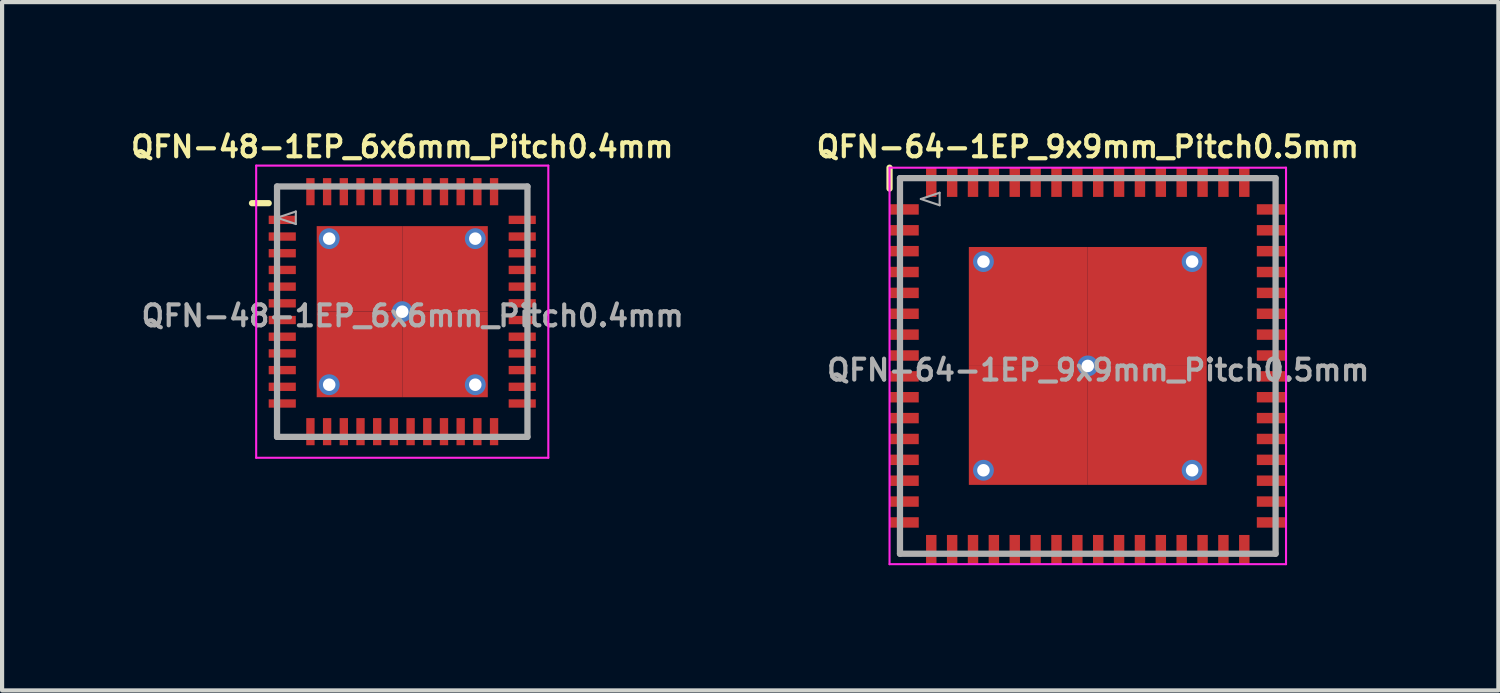
<source format=kicad_pcb>
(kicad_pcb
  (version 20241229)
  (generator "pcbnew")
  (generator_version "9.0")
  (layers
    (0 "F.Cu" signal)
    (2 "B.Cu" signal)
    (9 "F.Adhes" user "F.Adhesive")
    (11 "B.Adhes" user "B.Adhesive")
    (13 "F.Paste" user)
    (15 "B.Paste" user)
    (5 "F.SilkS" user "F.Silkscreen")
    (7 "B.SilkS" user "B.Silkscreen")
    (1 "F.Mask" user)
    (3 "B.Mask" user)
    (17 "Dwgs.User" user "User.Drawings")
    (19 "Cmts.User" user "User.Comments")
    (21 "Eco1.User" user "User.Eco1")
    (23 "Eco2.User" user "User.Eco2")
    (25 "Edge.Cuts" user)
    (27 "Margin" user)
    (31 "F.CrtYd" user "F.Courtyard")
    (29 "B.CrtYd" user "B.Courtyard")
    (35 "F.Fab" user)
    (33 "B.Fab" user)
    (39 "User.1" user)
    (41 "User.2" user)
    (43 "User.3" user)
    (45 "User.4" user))
  (footprint "QFN-48-1EP_6x6mm_Pitch0.4mm"
    (layer "F.Cu")
    (at 6.588 4.418)
    (property "Reference" "QFN-48-1EP_6x6mm_Pitch0.4mm" (at 0 -3.95 0) (layer "F.SilkS") (effects (font (size 0.5 0.5) (thickness 0.1))))
    (attr smd)
    (fp_line (start -3.6 -2.6) (end -3.2 -2.6) (stroke (width 0.15) (type solid)) (layer "F.SilkS"))
    (fp_line (start -3.5 -3.5) (end -3.5 3.5) (stroke (width 0.05) (type solid)) (layer "F.CrtYd"))
    (fp_line (start -3.5 -3.5) (end 3.5 -3.5) (stroke (width 0.05) (type solid)) (layer "F.CrtYd"))
    (fp_line (start -3.5 3.5) (end 3.5 3.5) (stroke (width 0.05) (type solid)) (layer "F.CrtYd"))
    (fp_line (start 3.5 -3.5) (end 3.5 3.5) (stroke (width 0.05) (type solid)) (layer "F.CrtYd"))
    (fp_line (start -3 -3) (end -3 3) (stroke (width 0.15) (type solid)) (layer "F.Fab"))
    (fp_line (start -3 -2.25) (end -2.55 -2.4) (stroke (width 0.05) (type solid)) (layer "F.Fab"))
    (fp_line (start -3 3) (end 3 3) (stroke (width 0.15) (type solid)) (layer "F.Fab"))
    (fp_line (start -2.55 -2.4) (end -2.55 -2.1) (stroke (width 0.05) (type solid)) (layer "F.Fab"))
    (fp_line (start -2.55 -2.1) (end -3 -2.25) (stroke (width 0.05) (type solid)) (layer "F.Fab"))
    (fp_line (start 3 -3) (end -3 -3) (stroke (width 0.15) (type solid)) (layer "F.Fab"))
    (fp_line (start 3 3) (end 3 -3) (stroke (width 0.15) (type solid)) (layer "F.Fab"))
    (fp_text user "${REFERENCE}" (at 0.25 0.1 0) (layer "F.Fab") (effects (font (size 0.5 0.5) (thickness 0.1))))
    (pad "1" smd rect (at -2.875 -2.2) (size 0.65 0.2) (layers "F.Cu" "F.Mask" "F.Paste"))
    (pad "2" smd rect (at -2.875 -1.8) (size 0.65 0.2) (layers "F.Cu" "F.Mask" "F.Paste"))
    (pad "3" smd rect (at -2.875 -1.4) (size 0.65 0.2) (layers "F.Cu" "F.Mask" "F.Paste"))
    (pad "4" smd rect (at -2.875 -1) (size 0.65 0.2) (layers "F.Cu" "F.Mask" "F.Paste"))
    (pad "5" smd rect (at -2.875 -0.6) (size 0.65 0.2) (layers "F.Cu" "F.Mask" "F.Paste"))
    (pad "6" smd rect (at -2.875 -0.2) (size 0.65 0.2) (layers "F.Cu" "F.Mask" "F.Paste"))
    (pad "7" smd rect (at -2.875 0.2) (size 0.65 0.2) (layers "F.Cu" "F.Mask" "F.Paste"))
    (pad "8" smd rect (at -2.875 0.6) (size 0.65 0.2) (layers "F.Cu" "F.Mask" "F.Paste"))
    (pad "9" smd rect (at -2.875 1) (size 0.65 0.2) (layers "F.Cu" "F.Mask" "F.Paste"))
    (pad "10" smd rect (at -2.875 1.4) (size 0.65 0.2) (layers "F.Cu" "F.Mask" "F.Paste"))
    (pad "11" smd rect (at -2.875 1.8) (size 0.65 0.2) (layers "F.Cu" "F.Mask" "F.Paste"))
    (pad "12" smd rect (at -2.875 2.2) (size 0.65 0.2) (layers "F.Cu" "F.Mask" "F.Paste"))
    (pad "13" smd rect (at -2.2 2.875) (size 0.2 0.65) (layers "F.Cu" "F.Mask" "F.Paste"))
    (pad "14" smd rect (at -1.8 2.875) (size 0.2 0.65) (layers "F.Cu" "F.Mask" "F.Paste"))
    (pad "15" smd rect (at -1.4 2.875) (size 0.2 0.65) (layers "F.Cu" "F.Mask" "F.Paste"))
    (pad "16" smd rect (at -1 2.875) (size 0.2 0.65) (layers "F.Cu" "F.Mask" "F.Paste"))
    (pad "17" smd rect (at -0.6 2.875) (size 0.2 0.65) (layers "F.Cu" "F.Mask" "F.Paste"))
    (pad "18" smd rect (at -0.2 2.875) (size 0.2 0.65) (layers "F.Cu" "F.Mask" "F.Paste"))
    (pad "19" smd rect (at 0.2 2.875) (size 0.2 0.65) (layers "F.Cu" "F.Mask" "F.Paste"))
    (pad "20" smd rect (at 0.6 2.875) (size 0.2 0.65) (layers "F.Cu" "F.Mask" "F.Paste"))
    (pad "21" smd rect (at 1 2.875) (size 0.2 0.65) (layers "F.Cu" "F.Mask" "F.Paste"))
    (pad "22" smd rect (at 1.4 2.875) (size 0.2 0.65) (layers "F.Cu" "F.Mask" "F.Paste"))
    (pad "23" smd rect (at 1.8 2.875) (size 0.2 0.65) (layers "F.Cu" "F.Mask" "F.Paste"))
    (pad "24" smd rect (at 2.2 2.875) (size 0.2 0.65) (layers "F.Cu" "F.Mask" "F.Paste"))
    (pad "25" smd rect (at 2.875 2.2) (size 0.65 0.2) (layers "F.Cu" "F.Mask" "F.Paste"))
    (pad "26" smd rect (at 2.875 1.8) (size 0.65 0.2) (layers "F.Cu" "F.Mask" "F.Paste"))
    (pad "27" smd rect (at 2.875 1.4) (size 0.65 0.2) (layers "F.Cu" "F.Mask" "F.Paste"))
    (pad "28" smd rect (at 2.875 1) (size 0.65 0.2) (layers "F.Cu" "F.Mask" "F.Paste"))
    (pad "29" smd rect (at 2.875 0.6) (size 0.65 0.2) (layers "F.Cu" "F.Mask" "F.Paste"))
    (pad "30" smd rect (at 2.875 0.2) (size 0.65 0.2) (layers "F.Cu" "F.Mask" "F.Paste"))
    (pad "31" smd rect (at 2.875 -0.2) (size 0.65 0.2) (layers "F.Cu" "F.Mask" "F.Paste"))
    (pad "32" smd rect (at 2.875 -0.6) (size 0.65 0.2) (layers "F.Cu" "F.Mask" "F.Paste"))
    (pad "33" smd rect (at 2.875 -1) (size 0.65 0.2) (layers "F.Cu" "F.Mask" "F.Paste"))
    (pad "34" smd rect (at 2.875 -1.4) (size 0.65 0.2) (layers "F.Cu" "F.Mask" "F.Paste"))
    (pad "35" smd rect (at 2.875 -1.8) (size 0.65 0.2) (layers "F.Cu" "F.Mask" "F.Paste"))
    (pad "36" smd rect (at 2.875 -2.2) (size 0.65 0.2) (layers "F.Cu" "F.Mask" "F.Paste"))
    (pad "37" smd rect (at 2.2 -2.875) (size 0.2 0.65) (layers "F.Cu" "F.Mask" "F.Paste"))
    (pad "38" smd rect (at 1.8 -2.875) (size 0.2 0.65) (layers "F.Cu" "F.Mask" "F.Paste"))
    (pad "39" smd rect (at 1.4 -2.875) (size 0.2 0.65) (layers "F.Cu" "F.Mask" "F.Paste"))
    (pad "40" smd rect (at 1 -2.875) (size 0.2 0.65) (layers "F.Cu" "F.Mask" "F.Paste"))
    (pad "41" smd rect (at 0.6 -2.875) (size 0.2 0.65) (layers "F.Cu" "F.Mask" "F.Paste"))
    (pad "42" smd rect (at 0.2 -2.875) (size 0.2 0.65) (layers "F.Cu" "F.Mask" "F.Paste"))
    (pad "43" smd rect (at -0.2 -2.875) (size 0.2 0.65) (layers "F.Cu" "F.Mask" "F.Paste"))
    (pad "44" smd rect (at -0.6 -2.875) (size 0.2 0.65) (layers "F.Cu" "F.Mask" "F.Paste"))
    (pad "45" smd rect (at -1 -2.875) (size 0.2 0.65) (layers "F.Cu" "F.Mask" "F.Paste"))
    (pad "46" smd rect (at -1.4 -2.875) (size 0.2 0.65) (layers "F.Cu" "F.Mask" "F.Paste"))
    (pad "47" smd rect (at -1.8 -2.875) (size 0.2 0.65) (layers "F.Cu" "F.Mask" "F.Paste"))
    (pad "48" smd rect (at -2.2 -2.875) (size 0.2 0.65) (layers "F.Cu" "F.Mask" "F.Paste"))
    (pad "49" thru_hole circle (at -1.75 -1.75) (size 0.5 0.5) (drill 0.3) (layers "*.Cu" "F.Mask"))
    (pad "49" thru_hole circle (at -1.75 1.75) (size 0.5 0.5) (drill 0.3) (layers "*.Cu" "F.Mask"))
    (pad "49" smd rect (at -1.025 -1.025) (size 2.05 2.05) (layers "F.Cu" "F.Mask" "F.Paste"))
    (pad "49" smd rect (at -1.025 1.025) (size 2.05 2.05) (layers "F.Cu" "F.Mask" "F.Paste"))
    (pad "49" thru_hole circle (at 0 0) (size 0.5 0.5) (drill 0.3) (layers "*.Cu" "F.Mask"))
    (pad "49" smd rect (at 1.025 -1.025) (size 2.05 2.05) (layers "F.Cu" "F.Mask" "F.Paste"))
    (pad "49" smd rect (at 1.025 1.025) (size 2.05 2.05) (layers "F.Cu" "F.Mask" "F.Paste"))
    (pad "49" thru_hole circle (at 1.75 -1.75) (size 0.5 0.5) (drill 0.3) (layers "*.Cu" "F.Mask"))
    (pad "49" thru_hole circle (at 1.75 1.75) (size 0.5 0.5) (drill 0.3) (layers "*.Cu" "F.Mask")))
  (footprint "QFN-64-1EP_9x9mm_Pitch0.5mm"
    (layer "F.Cu")
    (at 23.014 5.718)
    (property "Reference" "QFN-64-1EP_9x9mm_Pitch0.5mm" (at 0 -5.25 0) (layer "F.SilkS") (effects (font (size 0.5 0.5) (thickness 0.1))))
    (attr smd)
    (fp_line (start -4.75 -4.25) (end -4.75 -4.75) (stroke (width 0.15) (type solid)) (layer "F.SilkS"))
    (fp_line (start -4.75 -4.75) (end -4.75 4.75) (stroke (width 0.05) (type solid)) (layer "F.CrtYd"))
    (fp_line (start -4.75 -4.75) (end 4.75 -4.75) (stroke (width 0.05) (type solid)) (layer "F.CrtYd"))
    (fp_line (start -4.75 4.75) (end 4.75 4.75) (stroke (width 0.05) (type solid)) (layer "F.CrtYd"))
    (fp_line (start 4.75 -4.75) (end 4.75 4.75) (stroke (width 0.05) (type solid)) (layer "F.CrtYd"))
    (fp_line (start -4.5 -4.5) (end -4.5 4.5) (stroke (width 0.15) (type solid)) (layer "F.Fab"))
    (fp_line (start -4.5 4.5) (end 4.5 4.5) (stroke (width 0.15) (type solid)) (layer "F.Fab"))
    (fp_line (start -4 -4) (end -3.55 -4.15) (stroke (width 0.05) (type solid)) (layer "F.Fab"))
    (fp_line (start -3.55 -4.15) (end -3.55 -3.85) (stroke (width 0.05) (type solid)) (layer "F.Fab"))
    (fp_line (start -3.55 -3.85) (end -4 -4) (stroke (width 0.05) (type solid)) (layer "F.Fab"))
    (fp_line (start 4.5 -4.5) (end -4.5 -4.5) (stroke (width 0.15) (type solid)) (layer "F.Fab"))
    (fp_line (start 4.5 4.5) (end 4.5 -4.5) (stroke (width 0.15) (type solid)) (layer "F.Fab"))
    (fp_text user "${REFERENCE}" (at 0.25 0.1 0) (layer "F.Fab") (effects (font (size 0.5 0.5) (thickness 0.1))))
    (pad "1" smd rect (at -4.4 -3.75) (size 0.7 0.25) (layers "F.Cu" "F.Mask" "F.Paste"))
    (pad "2" smd rect (at -4.4 -3.25) (size 0.7 0.25) (layers "F.Cu" "F.Mask" "F.Paste"))
    (pad "3" smd rect (at -4.4 -2.75) (size 0.7 0.25) (layers "F.Cu" "F.Mask" "F.Paste"))
    (pad "4" smd rect (at -4.4 -2.25) (size 0.7 0.25) (layers "F.Cu" "F.Mask" "F.Paste"))
    (pad "5" smd rect (at -4.4 -1.75) (size 0.7 0.25) (layers "F.Cu" "F.Mask" "F.Paste"))
    (pad "6" smd rect (at -4.4 -1.25) (size 0.7 0.25) (layers "F.Cu" "F.Mask" "F.Paste"))
    (pad "7" smd rect (at -4.4 -0.75) (size 0.7 0.25) (layers "F.Cu" "F.Mask" "F.Paste"))
    (pad "8" smd rect (at -4.4 -0.25) (size 0.7 0.25) (layers "F.Cu" "F.Mask" "F.Paste"))
    (pad "9" smd rect (at -4.4 0.25) (size 0.7 0.25) (layers "F.Cu" "F.Mask" "F.Paste"))
    (pad "10" smd rect (at -4.4 0.75) (size 0.7 0.25) (layers "F.Cu" "F.Mask" "F.Paste"))
    (pad "11" smd rect (at -4.4 1.25) (size 0.7 0.25) (layers "F.Cu" "F.Mask" "F.Paste"))
    (pad "12" smd rect (at -4.4 1.75) (size 0.7 0.25) (layers "F.Cu" "F.Mask" "F.Paste"))
    (pad "13" smd rect (at -4.4 2.25) (size 0.7 0.25) (layers "F.Cu" "F.Mask" "F.Paste"))
    (pad "14" smd rect (at -4.4 2.75) (size 0.7 0.25) (layers "F.Cu" "F.Mask" "F.Paste"))
    (pad "15" smd rect (at -4.4 3.25) (size 0.7 0.25) (layers "F.Cu" "F.Mask" "F.Paste"))
    (pad "16" smd rect (at -4.4 3.75) (size 0.7 0.25) (layers "F.Cu" "F.Mask" "F.Paste"))
    (pad "17" smd rect (at -3.75 4.4) (size 0.25 0.7) (layers "F.Cu" "F.Mask" "F.Paste"))
    (pad "18" smd rect (at -3.25 4.4) (size 0.25 0.7) (layers "F.Cu" "F.Mask" "F.Paste"))
    (pad "19" smd rect (at -2.75 4.4) (size 0.25 0.7) (layers "F.Cu" "F.Mask" "F.Paste"))
    (pad "20" smd rect (at -2.25 4.4) (size 0.25 0.7) (layers "F.Cu" "F.Mask" "F.Paste"))
    (pad "21" smd rect (at -1.75 4.4) (size 0.25 0.7) (layers "F.Cu" "F.Mask" "F.Paste"))
    (pad "22" smd rect (at -1.25 4.4) (size 0.25 0.7) (layers "F.Cu" "F.Mask" "F.Paste"))
    (pad "23" smd rect (at -0.75 4.4) (size 0.25 0.7) (layers "F.Cu" "F.Mask" "F.Paste"))
    (pad "24" smd rect (at -0.25 4.4) (size 0.25 0.7) (layers "F.Cu" "F.Mask" "F.Paste"))
    (pad "25" smd rect (at 0.25 4.4) (size 0.25 0.7) (layers "F.Cu" "F.Mask" "F.Paste"))
    (pad "26" smd rect (at 0.75 4.4) (size 0.25 0.7) (layers "F.Cu" "F.Mask" "F.Paste"))
    (pad "27" smd rect (at 1.25 4.4) (size 0.25 0.7) (layers "F.Cu" "F.Mask" "F.Paste"))
    (pad "28" smd rect (at 1.75 4.4) (size 0.25 0.7) (layers "F.Cu" "F.Mask" "F.Paste"))
    (pad "29" smd rect (at 2.25 4.4) (size 0.25 0.7) (layers "F.Cu" "F.Mask" "F.Paste"))
    (pad "30" smd rect (at 2.75 4.4) (size 0.25 0.7) (layers "F.Cu" "F.Mask" "F.Paste"))
    (pad "31" smd rect (at 3.25 4.4) (size 0.25 0.7) (layers "F.Cu" "F.Mask" "F.Paste"))
    (pad "32" smd rect (at 3.75 4.4) (size 0.25 0.7) (layers "F.Cu" "F.Mask" "F.Paste"))
    (pad "33" smd rect (at 4.4 3.75) (size 0.7 0.25) (layers "F.Cu" "F.Mask" "F.Paste"))
    (pad "34" smd rect (at 4.4 3.25) (size 0.7 0.25) (layers "F.Cu" "F.Mask" "F.Paste"))
    (pad "35" smd rect (at 4.4 2.75) (size 0.7 0.25) (layers "F.Cu" "F.Mask" "F.Paste"))
    (pad "36" smd rect (at 4.4 2.25) (size 0.7 0.25) (layers "F.Cu" "F.Mask" "F.Paste"))
    (pad "37" smd rect (at 4.4 1.75) (size 0.7 0.25) (layers "F.Cu" "F.Mask" "F.Paste"))
    (pad "38" smd rect (at 4.4 1.25) (size 0.7 0.25) (layers "F.Cu" "F.Mask" "F.Paste"))
    (pad "39" smd rect (at 4.4 0.75) (size 0.7 0.25) (layers "F.Cu" "F.Mask" "F.Paste"))
    (pad "40" smd rect (at 4.4 0.25) (size 0.7 0.25) (layers "F.Cu" "F.Mask" "F.Paste"))
    (pad "41" smd rect (at 4.4 -0.25) (size 0.7 0.25) (layers "F.Cu" "F.Mask" "F.Paste"))
    (pad "42" smd rect (at 4.4 -0.75) (size 0.7 0.25) (layers "F.Cu" "F.Mask" "F.Paste"))
    (pad "43" smd rect (at 4.4 -1.25) (size 0.7 0.25) (layers "F.Cu" "F.Mask" "F.Paste"))
    (pad "44" smd rect (at 4.4 -1.75) (size 0.7 0.25) (layers "F.Cu" "F.Mask" "F.Paste"))
    (pad "45" smd rect (at 4.4 -2.25) (size 0.7 0.25) (layers "F.Cu" "F.Mask" "F.Paste"))
    (pad "46" smd rect (at 4.4 -2.75) (size 0.7 0.25) (layers "F.Cu" "F.Mask" "F.Paste"))
    (pad "47" smd rect (at 4.4 -3.25) (size 0.7 0.25) (layers "F.Cu" "F.Mask" "F.Paste"))
    (pad "48" smd rect (at 4.4 -3.75) (size 0.7 0.25) (layers "F.Cu" "F.Mask" "F.Paste"))
    (pad "49" smd rect (at 3.75 -4.4) (size 0.25 0.7) (layers "F.Cu" "F.Mask" "F.Paste"))
    (pad "50" smd rect (at 3.25 -4.4) (size 0.25 0.7) (layers "F.Cu" "F.Mask" "F.Paste"))
    (pad "51" smd rect (at 2.75 -4.4) (size 0.25 0.7) (layers "F.Cu" "F.Mask" "F.Paste"))
    (pad "52" smd rect (at 2.25 -4.4) (size 0.25 0.7) (layers "F.Cu" "F.Mask" "F.Paste"))
    (pad "53" smd rect (at 1.75 -4.4) (size 0.25 0.7) (layers "F.Cu" "F.Mask" "F.Paste"))
    (pad "54" smd rect (at 1.25 -4.4) (size 0.25 0.7) (layers "F.Cu" "F.Mask" "F.Paste"))
    (pad "55" smd rect (at 0.75 -4.4) (size 0.25 0.7) (layers "F.Cu" "F.Mask" "F.Paste"))
    (pad "56" smd rect (at 0.25 -4.4) (size 0.25 0.7) (layers "F.Cu" "F.Mask" "F.Paste"))
    (pad "57" smd rect (at -0.25 -4.4) (size 0.25 0.7) (layers "F.Cu" "F.Mask" "F.Paste"))
    (pad "58" smd rect (at -0.75 -4.4) (size 0.25 0.7) (layers "F.Cu" "F.Mask" "F.Paste"))
    (pad "59" smd rect (at -1.25 -4.4) (size 0.25 0.7) (layers "F.Cu" "F.Mask" "F.Paste"))
    (pad "60" smd rect (at -1.75 -4.4) (size 0.25 0.7) (layers "F.Cu" "F.Mask" "F.Paste"))
    (pad "61" smd rect (at -2.25 -4.4) (size 0.25 0.7) (layers "F.Cu" "F.Mask" "F.Paste"))
    (pad "62" smd rect (at -2.75 -4.4) (size 0.25 0.7) (layers "F.Cu" "F.Mask" "F.Paste"))
    (pad "63" smd rect (at -3.25 -4.4) (size 0.25 0.7) (layers "F.Cu" "F.Mask" "F.Paste"))
    (pad "64" smd rect (at -3.75 -4.4) (size 0.25 0.7) (layers "F.Cu" "F.Mask" "F.Paste"))
    (pad "65" thru_hole circle (at -2.5 -2.5) (size 0.5 0.5) (drill 0.3) (layers "*.Cu" "F.Mask"))
    (pad "65" thru_hole circle (at -2.5 2.5) (size 0.5 0.5) (drill 0.3) (layers "*.Cu" "F.Mask"))
    (pad "65" smd rect (at -1.425 -1.425) (size 2.85 2.85) (layers "F.Cu" "F.Mask" "F.Paste"))
    (pad "65" smd rect (at -1.425 1.425) (size 2.85 2.85) (layers "F.Cu" "F.Mask" "F.Paste"))
    (pad "65" thru_hole circle (at 0 0) (size 0.5 0.5) (drill 0.3) (layers "*.Cu" "F.Mask"))
    (pad "65" smd rect (at 1.425 -1.425) (size 2.85 2.85) (layers "F.Cu" "F.Mask" "F.Paste"))
    (pad "65" smd rect (at 1.425 1.425) (size 2.85 2.85) (layers "F.Cu" "F.Mask" "F.Paste"))
    (pad "65" thru_hole circle (at 2.5 -2.5) (size 0.5 0.5) (drill 0.3) (layers "*.Cu" "F.Mask"))
    (pad "65" thru_hole circle (at 2.5 2.5) (size 0.5 0.5) (drill 0.3) (layers "*.Cu" "F.Mask")))
  (gr_rect
    (start -3 -3)
    (end 32.852 13.493)
    (stroke (width 0.1) (type default))
    (fill no)
    (layer "Edge.Cuts")))
</source>
